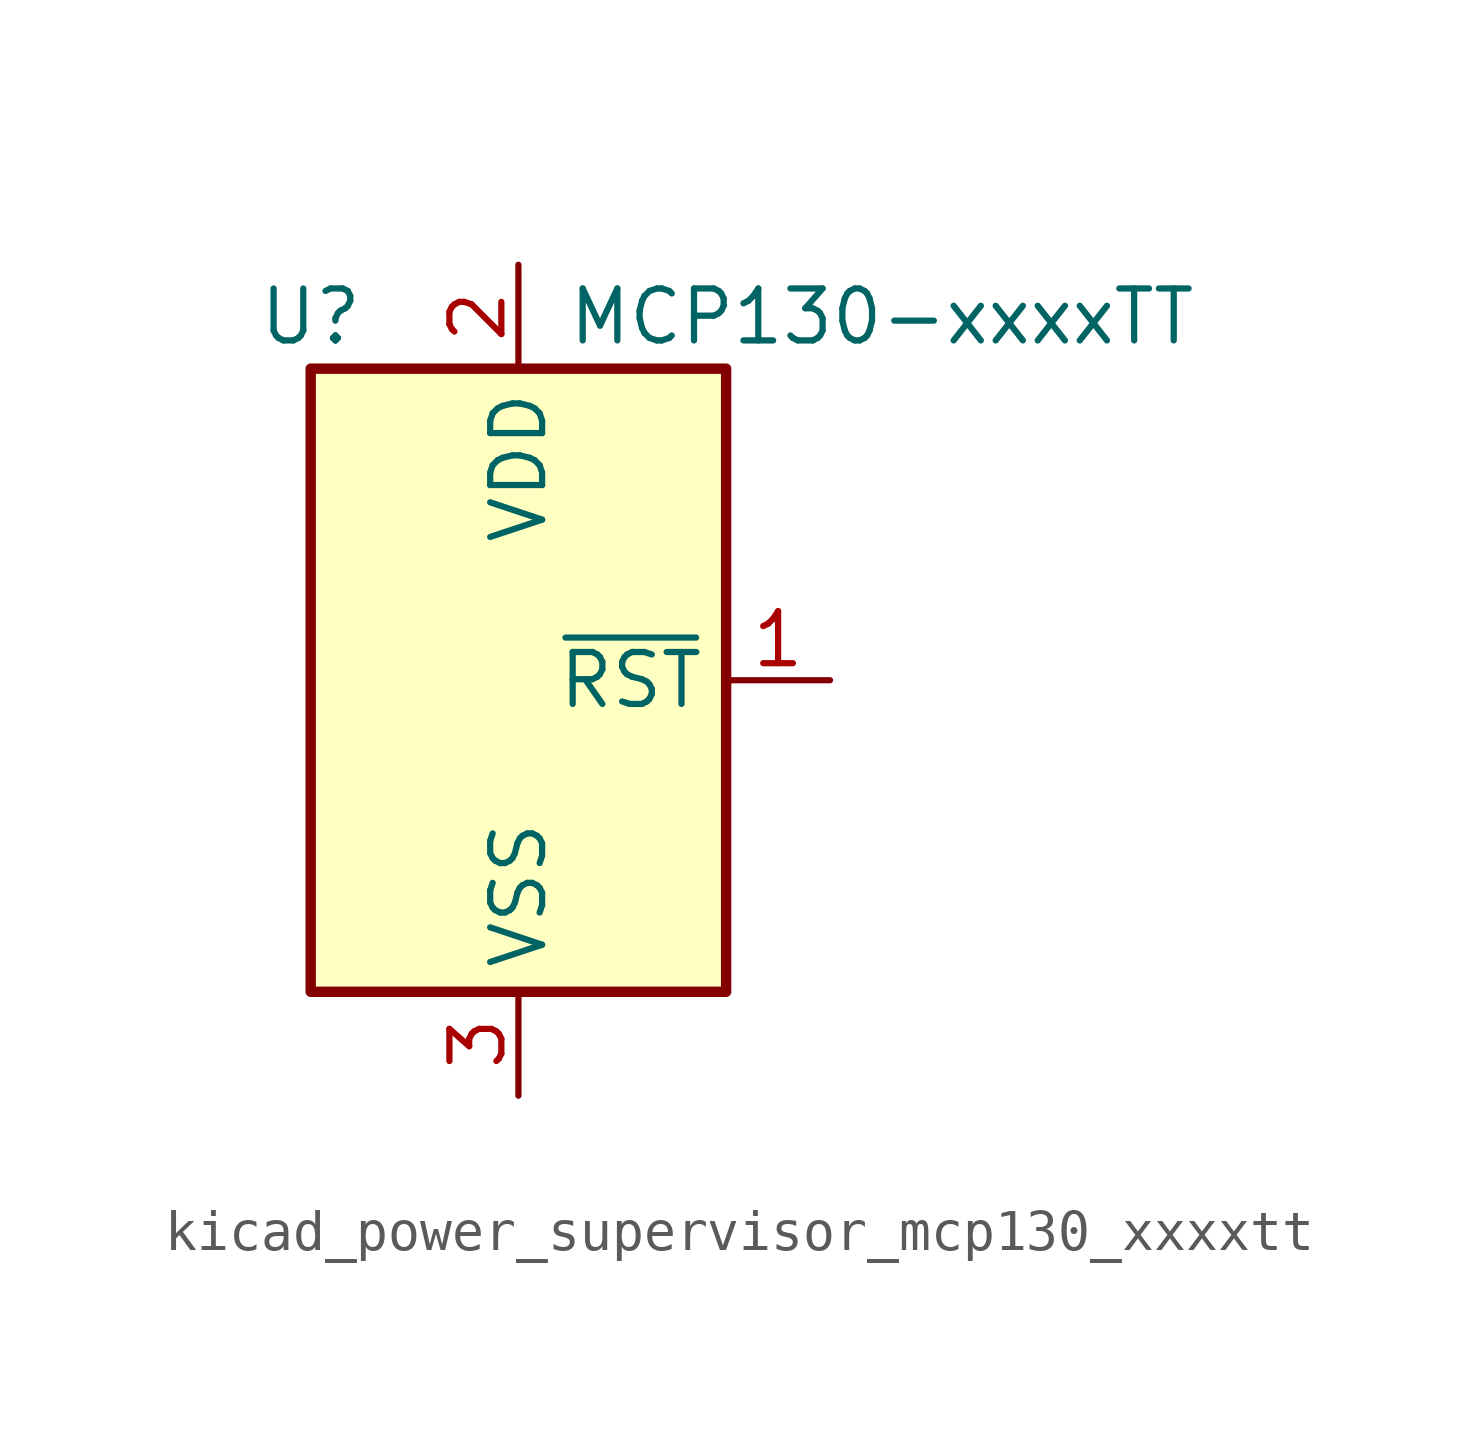
<source format=kicad_sym>
(kicad_symbol_lib
  (version 20220914)
  (generator kicad_symbol_editor)
  (symbol "kicad_power_supervisor_mcp130_xxxxtt"
    (property "Reference" "U"
      (at -5.08 8.89 0)
      (effects (font (size 1.27 1.27))))
    (property "Value" "MCP130-xxxxTT"
      (at 8.89 8.89 0)
      (effects (font (size 1.27 1.27))))
    (symbol "kicad_power_supervisor_mcp130_xxxxtt_0_1"
      (rectangle (start 5.08 7.62) (end -5.08 -7.62) (stroke (width 0.254) (type default)) (fill (type background))))
    (symbol "kicad_power_supervisor_mcp130_xxxxtt_1_1"
      (pin open_collector line (at 7.62 0 180) (length 2.54) (name "~{RST}" (effects (font (size 1.27 1.27)))) (number "1" (effects (font (size 1.27 1.27)))))
      (pin power_in line (at 0 10.16 270) (length 2.54) (name "VDD" (effects (font (size 1.27 1.27)))) (number "2" (effects (font (size 1.27 1.27)))))
      (pin power_in line (at 0 -10.16 90) (length 2.54) (name "VSS" (effects (font (size 1.27 1.27)))) (number "3" (effects (font (size 1.27 1.27))))))))
</source>
